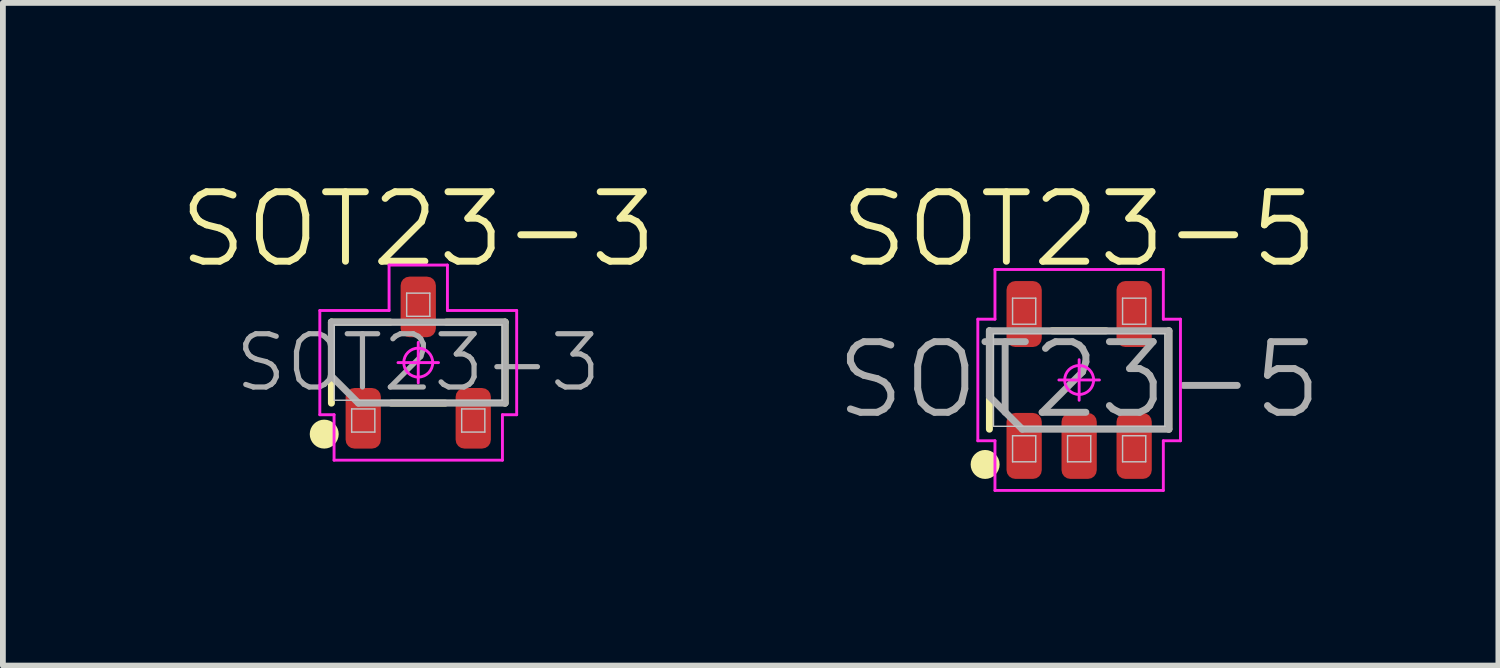
<source format=kicad_pcb>
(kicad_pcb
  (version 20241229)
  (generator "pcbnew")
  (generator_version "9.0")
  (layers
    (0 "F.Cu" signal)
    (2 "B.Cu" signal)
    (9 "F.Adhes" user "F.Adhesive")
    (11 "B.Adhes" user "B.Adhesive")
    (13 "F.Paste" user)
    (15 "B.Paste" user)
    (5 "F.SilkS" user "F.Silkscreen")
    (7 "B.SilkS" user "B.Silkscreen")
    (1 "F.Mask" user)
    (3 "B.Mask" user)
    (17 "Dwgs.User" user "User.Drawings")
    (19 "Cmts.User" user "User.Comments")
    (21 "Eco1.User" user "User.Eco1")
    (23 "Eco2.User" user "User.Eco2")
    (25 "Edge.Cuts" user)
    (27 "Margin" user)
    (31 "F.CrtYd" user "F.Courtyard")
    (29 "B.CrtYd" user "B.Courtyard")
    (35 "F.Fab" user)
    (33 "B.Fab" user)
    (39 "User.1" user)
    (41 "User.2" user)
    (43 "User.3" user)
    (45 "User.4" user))
  (footprint "SOT23-5"
    (layer "F.Cu")
    (at 15.589 3.513)
    (property "Reference" "SOT23-5" (at 0 -2.6 0) (layer "F.SilkS") (effects (font (size 1.2 1.2) (thickness 0.12))))
    (attr smd)
    (fp_line (start -1.55 0.85) (end -1.55 -0.85) (stroke (width 0.12) (type solid)) (layer "F.SilkS"))
    (fp_line (start 0.466 -0.85) (end -0.466 -0.85) (stroke (width 0.12) (type solid)) (layer "F.SilkS"))
    (fp_line (start 1.55 -0.85) (end 1.55 0.85) (stroke (width 0.12) (type solid)) (layer "F.SilkS"))
    (fp_circle (center -1.624 1.459) (end -1.624 1.584) (stroke (width 0.25) (type solid)) (fill no) (layer "F.SilkS"))
    (fp_line (start -1.48 -0.8) (end 1.48 -0.8) (stroke (width 0.025) (type solid)) (layer "Dwgs.User"))
    (fp_line (start -1.48 0.8) (end -1.48 -0.8) (stroke (width 0.025) (type solid)) (layer "Dwgs.User"))
    (fp_line (start -1.15 -1.413) (end -0.75 -1.413) (stroke (width 0.025) (type solid)) (layer "Dwgs.User"))
    (fp_line (start -1.15 -0.963) (end -1.15 -1.413) (stroke (width 0.025) (type solid)) (layer "Dwgs.User"))
    (fp_line (start -1.15 0.963) (end -0.75 0.963) (stroke (width 0.025) (type solid)) (layer "Dwgs.User"))
    (fp_line (start -1.15 1.413) (end -1.15 0.963) (stroke (width 0.025) (type solid)) (layer "Dwgs.User"))
    (fp_line (start -0.75 -1.413) (end -0.75 -0.963) (stroke (width 0.025) (type solid)) (layer "Dwgs.User"))
    (fp_line (start -0.75 -0.963) (end -1.15 -0.963) (stroke (width 0.025) (type solid)) (layer "Dwgs.User"))
    (fp_line (start -0.75 0.963) (end -0.75 1.413) (stroke (width 0.025) (type solid)) (layer "Dwgs.User"))
    (fp_line (start -0.75 1.413) (end -1.15 1.413) (stroke (width 0.025) (type solid)) (layer "Dwgs.User"))
    (fp_line (start -0.2 0.963) (end 0.2 0.963) (stroke (width 0.025) (type solid)) (layer "Dwgs.User"))
    (fp_line (start -0.2 1.413) (end -0.2 0.963) (stroke (width 0.025) (type solid)) (layer "Dwgs.User"))
    (fp_line (start 0.2 0.963) (end 0.2 1.413) (stroke (width 0.025) (type solid)) (layer "Dwgs.User"))
    (fp_line (start 0.2 1.413) (end -0.2 1.413) (stroke (width 0.025) (type solid)) (layer "Dwgs.User"))
    (fp_line (start 0.75 -1.413) (end 1.15 -1.413) (stroke (width 0.025) (type solid)) (layer "Dwgs.User"))
    (fp_line (start 0.75 -0.963) (end 0.75 -1.413) (stroke (width 0.025) (type solid)) (layer "Dwgs.User"))
    (fp_line (start 0.75 0.963) (end 1.15 0.963) (stroke (width 0.025) (type solid)) (layer "Dwgs.User"))
    (fp_line (start 0.75 1.413) (end 0.75 0.963) (stroke (width 0.025) (type solid)) (layer "Dwgs.User"))
    (fp_line (start 1.15 -1.413) (end 1.15 -0.963) (stroke (width 0.025) (type solid)) (layer "Dwgs.User"))
    (fp_line (start 1.15 -0.963) (end 0.75 -0.963) (stroke (width 0.025) (type solid)) (layer "Dwgs.User"))
    (fp_line (start 1.15 0.963) (end 1.15 1.413) (stroke (width 0.025) (type solid)) (layer "Dwgs.User"))
    (fp_line (start 1.15 1.413) (end 0.75 1.413) (stroke (width 0.025) (type solid)) (layer "Dwgs.User"))
    (fp_line (start 1.48 -0.8) (end 1.48 0.8) (stroke (width 0.025) (type solid)) (layer "Dwgs.User"))
    (fp_line (start 1.48 0.8) (end -1.48 0.8) (stroke (width 0.025) (type solid)) (layer "Dwgs.User"))
    (fp_line (start -1.75 -1.05) (end -1.75 1.05) (stroke (width 0.05) (type solid)) (layer "F.CrtYd"))
    (fp_line (start -1.75 1.05) (end -1.454 1.05) (stroke (width 0.05) (type solid)) (layer "F.CrtYd"))
    (fp_line (start -1.454 -1.908) (end -1.454 -1.05) (stroke (width 0.05) (type solid)) (layer "F.CrtYd"))
    (fp_line (start -1.454 -1.05) (end -1.75 -1.05) (stroke (width 0.05) (type solid)) (layer "F.CrtYd"))
    (fp_line (start -1.454 1.05) (end -1.454 1.908) (stroke (width 0.05) (type solid)) (layer "F.CrtYd"))
    (fp_line (start -1.454 1.908) (end 1.454 1.908) (stroke (width 0.05) (type solid)) (layer "F.CrtYd"))
    (fp_line (start -0.35 0) (end 0.35 0) (stroke (width 0.05) (type solid)) (layer "F.CrtYd"))
    (fp_line (start 0 -0.35) (end 0 0.35) (stroke (width 0.05) (type solid)) (layer "F.CrtYd"))
    (fp_line (start 1.454 -1.908) (end -1.454 -1.908) (stroke (width 0.05) (type solid)) (layer "F.CrtYd"))
    (fp_line (start 1.454 -1.05) (end 1.454 -1.908) (stroke (width 0.05) (type solid)) (layer "F.CrtYd"))
    (fp_line (start 1.454 1.05) (end 1.75 1.05) (stroke (width 0.05) (type solid)) (layer "F.CrtYd"))
    (fp_line (start 1.454 1.908) (end 1.454 1.05) (stroke (width 0.05) (type solid)) (layer "F.CrtYd"))
    (fp_line (start 1.75 -1.05) (end 1.454 -1.05) (stroke (width 0.05) (type solid)) (layer "F.CrtYd"))
    (fp_line (start 1.75 1.05) (end 1.75 -1.05) (stroke (width 0.05) (type solid)) (layer "F.CrtYd"))
    (fp_circle (center 0 0) (end 0 0.25) (stroke (width 0.05) (type solid)) (fill no) (layer "F.CrtYd"))
    (fp_line (start -1.55 -0.85) (end 1.55 -0.85) (stroke (width 0.12) (type solid)) (layer "F.Fab"))
    (fp_line (start -1.55 0.283) (end -1.55 -0.85) (stroke (width 0.12) (type solid)) (layer "F.Fab"))
    (fp_line (start -0.983 0.85) (end -1.55 0.283) (stroke (width 0.12) (type solid)) (layer "F.Fab"))
    (fp_line (start 1.55 -0.85) (end 1.55 0.85) (stroke (width 0.12) (type solid)) (layer "F.Fab"))
    (fp_line (start 1.55 0.85) (end -0.983 0.85) (stroke (width 0.12) (type solid)) (layer "F.Fab"))
    (fp_text user "${REFERENCE}" (at 0 0 0) (layer "F.Fab") (effects (font (size 1.22 1.22) (thickness 0.12))))
    (pad "1" smd roundrect (at -0.95 1.139 90) (size 1.139 0.609) (layers "F.Cu" "F.Mask" "F.Paste") (roundrect_rratio 0.25))
    (pad "2" smd roundrect (at 0 1.139 90) (size 1.139 0.609) (layers "F.Cu" "F.Mask" "F.Paste") (roundrect_rratio 0.25))
    (pad "3" smd roundrect (at 0.95 1.139 90) (size 1.139 0.609) (layers "F.Cu" "F.Mask" "F.Paste") (roundrect_rratio 0.25))
    (pad "4" smd roundrect (at 0.95 -1.139 90) (size 1.139 0.609) (layers "F.Cu" "F.Mask" "F.Paste") (roundrect_rratio 0.25))
    (pad "5" smd roundrect (at -0.95 -1.139 90) (size 1.139 0.609) (layers "F.Cu" "F.Mask" "F.Paste") (roundrect_rratio 0.25)))
  (footprint "SOT23-3"
    (layer "F.Cu")
    (at 4.174 3.213)
    (property "Reference" "SOT23-3" (at 0 -2.3 0) (layer "F.SilkS") (effects (font (size 1.2 1.2) (thickness 0.12))))
    (attr smd)
    (fp_line (start -1.5 -0.7) (end -0.484 -0.7) (stroke (width 0.12) (type solid)) (layer "F.SilkS"))
    (fp_line (start -1.5 0.7) (end -1.5 -0.7) (stroke (width 0.12) (type solid)) (layer "F.SilkS"))
    (fp_line (start 0.466 0.7) (end -0.466 0.7) (stroke (width 0.12) (type solid)) (layer "F.SilkS"))
    (fp_line (start 0.484 -0.7) (end 1.5 -0.7) (stroke (width 0.12) (type solid)) (layer "F.SilkS"))
    (fp_line (start 1.5 -0.7) (end 1.5 0.7) (stroke (width 0.12) (type solid)) (layer "F.SilkS"))
    (fp_circle (center -1.624 1.235) (end -1.624 1.36) (stroke (width 0.25) (type solid)) (fill no) (layer "F.SilkS"))
    (fp_line (start -1.45 -0.65) (end 1.45 -0.65) (stroke (width 0.025) (type solid)) (layer "Dwgs.User"))
    (fp_line (start -1.45 0.65) (end -1.45 -0.65) (stroke (width 0.025) (type solid)) (layer "Dwgs.User"))
    (fp_line (start -1.15 0.8) (end -0.75 0.8) (stroke (width 0.025) (type solid)) (layer "Dwgs.User"))
    (fp_line (start -1.15 1.2) (end -1.15 0.8) (stroke (width 0.025) (type solid)) (layer "Dwgs.User"))
    (fp_line (start -0.75 0.8) (end -0.75 1.2) (stroke (width 0.025) (type solid)) (layer "Dwgs.User"))
    (fp_line (start -0.75 1.2) (end -1.15 1.2) (stroke (width 0.025) (type solid)) (layer "Dwgs.User"))
    (fp_line (start -0.2 -1.2) (end 0.2 -1.2) (stroke (width 0.025) (type solid)) (layer "Dwgs.User"))
    (fp_line (start -0.2 -0.8) (end -0.2 -1.2) (stroke (width 0.025) (type solid)) (layer "Dwgs.User"))
    (fp_line (start 0.2 -1.2) (end 0.2 -0.8) (stroke (width 0.025) (type solid)) (layer "Dwgs.User"))
    (fp_line (start 0.2 -0.8) (end -0.2 -0.8) (stroke (width 0.025) (type solid)) (layer "Dwgs.User"))
    (fp_line (start 0.75 0.8) (end 1.15 0.8) (stroke (width 0.025) (type solid)) (layer "Dwgs.User"))
    (fp_line (start 0.75 1.2) (end 0.75 0.8) (stroke (width 0.025) (type solid)) (layer "Dwgs.User"))
    (fp_line (start 1.15 0.8) (end 1.15 1.2) (stroke (width 0.025) (type solid)) (layer "Dwgs.User"))
    (fp_line (start 1.15 1.2) (end 0.75 1.2) (stroke (width 0.025) (type solid)) (layer "Dwgs.User"))
    (fp_line (start 1.45 -0.65) (end 1.45 0.65) (stroke (width 0.025) (type solid)) (layer "Dwgs.User"))
    (fp_line (start 1.45 0.65) (end -1.45 0.65) (stroke (width 0.025) (type solid)) (layer "Dwgs.User"))
    (fp_line (start -1.7 -0.9) (end -1.7 0.9) (stroke (width 0.05) (type solid)) (layer "F.CrtYd"))
    (fp_line (start -1.7 0.9) (end -1.454 0.9) (stroke (width 0.05) (type solid)) (layer "F.CrtYd"))
    (fp_line (start -1.454 0.9) (end -1.454 1.685) (stroke (width 0.05) (type solid)) (layer "F.CrtYd"))
    (fp_line (start -1.454 1.685) (end 1.454 1.685) (stroke (width 0.05) (type solid)) (layer "F.CrtYd"))
    (fp_line (start -0.504 -1.685) (end -0.504 -0.9) (stroke (width 0.05) (type solid)) (layer "F.CrtYd"))
    (fp_line (start -0.504 -0.9) (end -1.7 -0.9) (stroke (width 0.05) (type solid)) (layer "F.CrtYd"))
    (fp_line (start -0.35 0) (end 0.35 0) (stroke (width 0.05) (type solid)) (layer "F.CrtYd"))
    (fp_line (start 0 -0.35) (end 0 0.35) (stroke (width 0.05) (type solid)) (layer "F.CrtYd"))
    (fp_line (start 0.504 -1.685) (end -0.504 -1.685) (stroke (width 0.05) (type solid)) (layer "F.CrtYd"))
    (fp_line (start 0.504 -0.9) (end 0.504 -1.685) (stroke (width 0.05) (type solid)) (layer "F.CrtYd"))
    (fp_line (start 1.454 0.9) (end 1.7 0.9) (stroke (width 0.05) (type solid)) (layer "F.CrtYd"))
    (fp_line (start 1.454 1.685) (end 1.454 0.9) (stroke (width 0.05) (type solid)) (layer "F.CrtYd"))
    (fp_line (start 1.7 -0.9) (end 0.504 -0.9) (stroke (width 0.05) (type solid)) (layer "F.CrtYd"))
    (fp_line (start 1.7 0.9) (end 1.7 -0.9) (stroke (width 0.05) (type solid)) (layer "F.CrtYd"))
    (fp_circle (center 0 0) (end 0 0.25) (stroke (width 0.05) (type solid)) (fill no) (layer "F.CrtYd"))
    (fp_line (start -1.5 -0.7) (end 1.5 -0.7) (stroke (width 0.12) (type solid)) (layer "F.Fab"))
    (fp_line (start -1.5 0.233) (end -1.5 -0.7) (stroke (width 0.12) (type solid)) (layer "F.Fab"))
    (fp_line (start -1.033 0.7) (end -1.5 0.233) (stroke (width 0.12) (type solid)) (layer "F.Fab"))
    (fp_line (start 1.5 -0.7) (end 1.5 0.7) (stroke (width 0.12) (type solid)) (layer "F.Fab"))
    (fp_line (start 1.5 0.7) (end -1.033 0.7) (stroke (width 0.12) (type solid)) (layer "F.Fab"))
    (fp_text user "${REFERENCE}" (at 0 0 0) (layer "F.Fab") (effects (font (size 0.92 0.92) (thickness 0.09))))
    (pad "1" smd roundrect (at -0.95 0.962 90) (size 1.046 0.609) (layers "F.Cu" "F.Mask" "F.Paste") (roundrect_rratio 0.25))
    (pad "2" smd roundrect (at 0.95 0.962 90) (size 1.046 0.609) (layers "F.Cu" "F.Mask" "F.Paste") (roundrect_rratio 0.25))
    (pad "3" smd roundrect (at 0 -0.962 90) (size 1.046 0.609) (layers "F.Cu" "F.Mask" "F.Paste") (roundrect_rratio 0.25)))
  (gr_rect
    (start -3 -3)
    (end 22.83 8.446)
    (stroke (width 0.1) (type default))
    (fill no)
    (layer "Edge.Cuts")))
</source>
